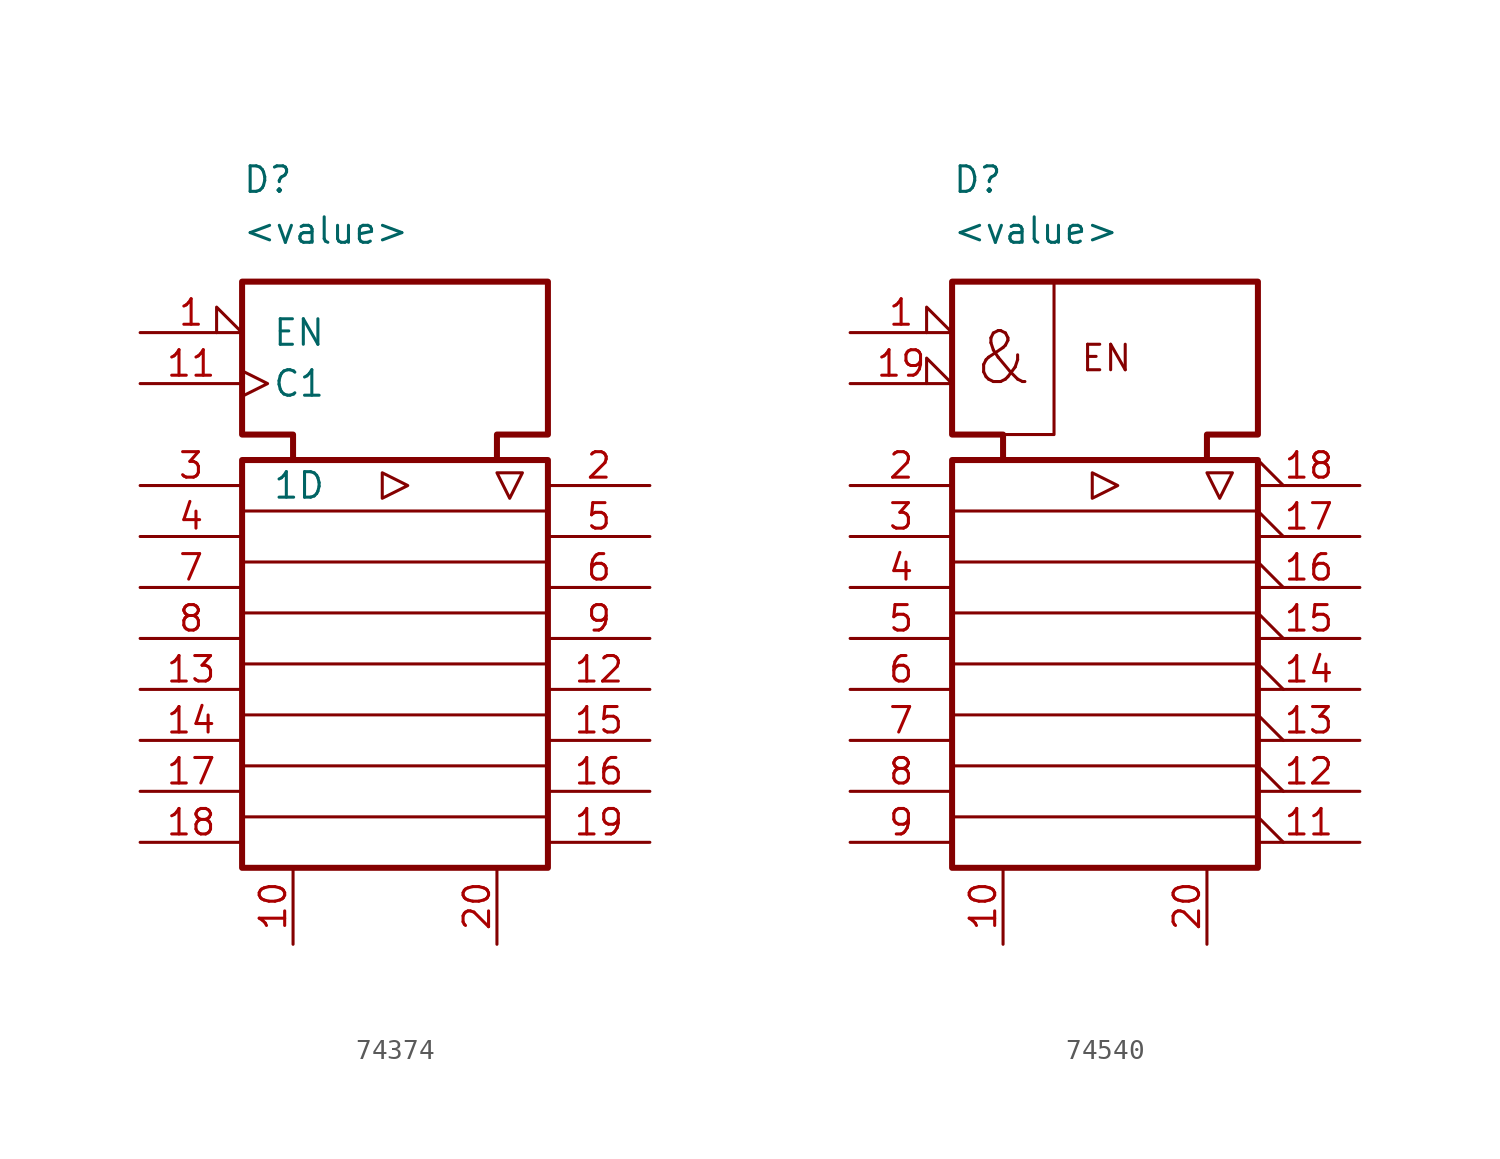
<source format=kicad_sym>
(kicad_symbol_lib
  (version 20231120)
  (generator "kicad_symbol_editor")
  (generator_version "8.0")
  (symbol "74374"
    (pin_names
      (offset 1.5))
    (property "Reference" "D"
      (at -7.62 22.86 0)
      (effects (font (size 1.27 1.27)) (justify left)))
    (property "Value" "<value>"
      (at -7.62 20.32 0)
      (effects (font (size 1.27 1.27)) (justify left)))
    (symbol "74374_0_1"
      (rectangle (start -7.62 8.89) (end 7.62 -11.43) (stroke (width 0.3) (type default)) (fill (type none)))
      (polyline (pts (xy 7.62 -8.89) (xy -7.62 -8.89)) (stroke (width 0) (type default)) (fill (type none)))
      (polyline (pts (xy 7.62 -6.35) (xy -7.62 -6.35)) (stroke (width 0) (type default)) (fill (type none)))
      (polyline (pts (xy 7.62 -3.81) (xy -7.62 -3.81)) (stroke (width 0) (type default)) (fill (type none)))
      (polyline (pts (xy 7.62 -1.27) (xy -7.62 -1.27)) (stroke (width 0) (type default)) (fill (type none)))
      (polyline (pts (xy 7.62 1.27) (xy -7.62 1.27)) (stroke (width 0) (type default)) (fill (type none)))
      (polyline (pts (xy 7.62 3.81) (xy -7.62 3.81)) (stroke (width 0) (type default)) (fill (type none)))
      (polyline (pts (xy 7.62 6.35) (xy -7.62 6.35)) (stroke (width 0) (type default)) (fill (type none)))
      (polyline (pts (xy -0.635 6.985) (xy -0.635 8.255) (xy 0.635 7.62) (xy -0.635 6.985)) (stroke (width 0) (type default)) (fill (type none)))
      (polyline (pts (xy 5.08 8.255) (xy 6.35 8.255) (xy 5.715 6.985) (xy 5.08 8.255)) (stroke (width 0) (type default)) (fill (type none)))
      (polyline (pts (xy -5.08 8.89) (xy -5.08 10.16) (xy -7.62 10.16) (xy -7.62 17.78) (xy 7.62 17.78) (xy 7.62 10.16) (xy 5.08 10.16) (xy 5.08 8.89)) (stroke (width 0.3) (type default)) (fill (type none))))
    (symbol "74374_1_1"
      (pin input input_low (at -12.7 15.24 0) (length 5.08) (name "EN" (effects (font (size 1.27 1.27)))) (number "1" (effects (font (size 1.27 1.27)))))
      (pin power_in line (at -5.08 -15.24 90) (length 3.81) (name "" (effects (font (size 1.27 1.27)))) (number "10" (effects (font (size 1.27 1.27)))))
      (pin input clock (at -12.7 12.7 0) (length 5.08) (name "C1" (effects (font (size 1.27 1.27)))) (number "11" (effects (font (size 1.27 1.27)))))
      (pin tri_state line (at 12.7 -2.54 180) (length 5.08) (name "" (effects (font (size 1.27 1.27)))) (number "12" (effects (font (size 1.27 1.27)))))
      (pin input line (at -12.7 -2.54 0) (length 5.08) (name "" (effects (font (size 1.27 1.27)))) (number "13" (effects (font (size 1.27 1.27)))))
      (pin input line (at -12.7 -5.08 0) (length 5.08) (name "" (effects (font (size 1.27 1.27)))) (number "14" (effects (font (size 1.27 1.27)))))
      (pin tri_state line (at 12.7 -5.08 180) (length 5.08) (name "" (effects (font (size 1.27 1.27)))) (number "15" (effects (font (size 1.27 1.27)))))
      (pin tri_state line (at 12.7 -7.62 180) (length 5.08) (name "" (effects (font (size 1.27 1.27)))) (number "16" (effects (font (size 1.27 1.27)))))
      (pin input line (at -12.7 -7.62 0) (length 5.08) (name "" (effects (font (size 1.27 1.27)))) (number "17" (effects (font (size 1.27 1.27)))))
      (pin input line (at -12.7 -10.16 0) (length 5.08) (name "" (effects (font (size 1.27 1.27)))) (number "18" (effects (font (size 1.27 1.27)))))
      (pin tri_state line (at 12.7 -10.16 180) (length 5.08) (name "" (effects (font (size 1.27 1.27)))) (number "19" (effects (font (size 1.27 1.27)))))
      (pin tri_state line (at 12.7 7.62 180) (length 5.08) (name "" (effects (font (size 1.27 1.27)))) (number "2" (effects (font (size 1.27 1.27)))))
      (pin power_in line (at 5.08 -15.24 90) (length 3.81) (name "" (effects (font (size 1.27 1.27)))) (number "20" (effects (font (size 1.27 1.27)))))
      (pin input line (at -12.7 7.62 0) (length 5.08) (name "1D" (effects (font (size 1.27 1.27)))) (number "3" (effects (font (size 1.27 1.27)))))
      (pin input line (at -12.7 5.08 0) (length 5.08) (name "" (effects (font (size 1.27 1.27)))) (number "4" (effects (font (size 1.27 1.27)))))
      (pin tri_state line (at 12.7 5.08 180) (length 5.08) (name "" (effects (font (size 1.27 1.27)))) (number "5" (effects (font (size 1.27 1.27)))))
      (pin tri_state line (at 12.7 2.54 180) (length 5.08) (name "" (effects (font (size 1.27 1.27)))) (number "6" (effects (font (size 1.27 1.27)))))
      (pin input line (at -12.7 2.54 0) (length 5.08) (name "" (effects (font (size 1.27 1.27)))) (number "7" (effects (font (size 1.27 1.27)))))
      (pin input line (at -12.7 0 0) (length 5.08) (name "" (effects (font (size 1.27 1.27)))) (number "8" (effects (font (size 1.27 1.27)))))
      (pin tri_state line (at 12.7 0 180) (length 5.08) (name "" (effects (font (size 1.27 1.27)))) (number "9" (effects (font (size 1.27 1.27)))))))
  (symbol "74540"
    (pin_names
      (offset 1))
    (property "Reference" "D"
      (at -7.62 22.86 0)
      (effects (font (size 1.27 1.27)) (justify left)))
    (property "Value" "<value>"
      (at -7.62 20.32 0)
      (effects (font (size 1.27 1.27)) (justify left)))
    (symbol "74540_0_1"
      (rectangle (start -7.62 8.89) (end 7.62 -11.43) (stroke (width 0.3) (type default)) (fill (type none)))
      (rectangle (start -7.62 17.78) (end -2.54 10.16) (stroke (width 0) (type default)) (fill (type none)))
      (polyline (pts (xy 7.62 -8.89) (xy -7.62 -8.89)) (stroke (width 0) (type default)) (fill (type none)))
      (polyline (pts (xy 7.62 -6.35) (xy -7.62 -6.35)) (stroke (width 0) (type default)) (fill (type none)))
      (polyline (pts (xy 7.62 -3.81) (xy -7.62 -3.81)) (stroke (width 0) (type default)) (fill (type none)))
      (polyline (pts (xy 7.62 -1.27) (xy -7.62 -1.27)) (stroke (width 0) (type default)) (fill (type none)))
      (polyline (pts (xy 7.62 1.27) (xy -7.62 1.27)) (stroke (width 0) (type default)) (fill (type none)))
      (polyline (pts (xy 7.62 3.81) (xy -7.62 3.81)) (stroke (width 0) (type default)) (fill (type none)))
      (polyline (pts (xy 7.62 6.35) (xy -7.62 6.35)) (stroke (width 0) (type default)) (fill (type none)))
      (polyline (pts (xy -0.635 6.985) (xy -0.635 8.255) (xy 0.635 7.62) (xy -0.635 6.985)) (stroke (width 0) (type default)) (fill (type none)))
      (polyline (pts (xy 5.08 8.255) (xy 6.35 8.255) (xy 5.715 6.985) (xy 5.08 8.255)) (stroke (width 0) (type default)) (fill (type none)))
      (polyline (pts (xy -5.08 8.89) (xy -5.08 10.16) (xy -7.62 10.16) (xy -7.62 17.78) (xy 7.62 17.78) (xy 7.62 10.16) (xy 5.08 10.16) (xy 5.08 8.89)) (stroke (width 0.3) (type default)) (fill (type none)))
      (text "&" (at -5.08 13.97 0) (effects (font (size 2.54 2.54))))
      (text "EN" (at -1.27 13.97 0) (effects (font (size 1.27 1.27)) (justify left))))
    (symbol "74540_1_1"
      (pin input input_low (at -12.7 15.24 0) (length 5.08) (name "" (effects (font (size 1.27 1.27)))) (number "1" (effects (font (size 1.27 1.27)))))
      (pin power_in line (at -5.08 -15.24 90) (length 3.81) (name "" (effects (font (size 1.27 1.27)))) (number "10" (effects (font (size 1.27 1.27)))))
      (pin tri_state output_low (at 12.7 -10.16 180) (length 5.08) (name "" (effects (font (size 1.27 1.27)))) (number "11" (effects (font (size 1.27 1.27)))))
      (pin tri_state output_low (at 12.7 -7.62 180) (length 5.08) (name "" (effects (font (size 1.27 1.27)))) (number "12" (effects (font (size 1.27 1.27)))))
      (pin tri_state output_low (at 12.7 -5.08 180) (length 5.08) (name "" (effects (font (size 1.27 1.27)))) (number "13" (effects (font (size 1.27 1.27)))))
      (pin tri_state output_low (at 12.7 -2.54 180) (length 5.08) (name "" (effects (font (size 1.27 1.27)))) (number "14" (effects (font (size 1.27 1.27)))))
      (pin tri_state output_low (at 12.7 0 180) (length 5.08) (name "" (effects (font (size 1.27 1.27)))) (number "15" (effects (font (size 1.27 1.27)))))
      (pin tri_state output_low (at 12.7 2.54 180) (length 5.08) (name "" (effects (font (size 1.27 1.27)))) (number "16" (effects (font (size 1.27 1.27)))))
      (pin tri_state output_low (at 12.7 5.08 180) (length 5.08) (name "" (effects (font (size 1.27 1.27)))) (number "17" (effects (font (size 1.27 1.27)))))
      (pin tri_state output_low (at 12.7 7.62 180) (length 5.08) (name "" (effects (font (size 1.27 1.27)))) (number "18" (effects (font (size 1.27 1.27)))))
      (pin input input_low (at -12.7 12.7 0) (length 5.08) (name "" (effects (font (size 1.27 1.27)))) (number "19" (effects (font (size 1.27 1.27)))))
      (pin input line (at -12.7 7.62 0) (length 5.08) (name "" (effects (font (size 1.27 1.27)))) (number "2" (effects (font (size 1.27 1.27)))))
      (pin power_in line (at 5.08 -15.24 90) (length 3.81) (name "" (effects (font (size 1.27 1.27)))) (number "20" (effects (font (size 1.27 1.27)))))
      (pin input line (at -12.7 5.08 0) (length 5.08) (name "" (effects (font (size 1.27 1.27)))) (number "3" (effects (font (size 1.27 1.27)))))
      (pin input line (at -12.7 2.54 0) (length 5.08) (name "" (effects (font (size 1.27 1.27)))) (number "4" (effects (font (size 1.27 1.27)))))
      (pin input line (at -12.7 0 0) (length 5.08) (name "" (effects (font (size 1.27 1.27)))) (number "5" (effects (font (size 1.27 1.27)))))
      (pin input line (at -12.7 -2.54 0) (length 5.08) (name "" (effects (font (size 1.27 1.27)))) (number "6" (effects (font (size 1.27 1.27)))))
      (pin input line (at -12.7 -5.08 0) (length 5.08) (name "" (effects (font (size 1.27 1.27)))) (number "7" (effects (font (size 1.27 1.27)))))
      (pin input line (at -12.7 -7.62 0) (length 5.08) (name "" (effects (font (size 1.27 1.27)))) (number "8" (effects (font (size 1.27 1.27)))))
      (pin input line (at -12.7 -10.16 0) (length 5.08) (name "" (effects (font (size 1.27 1.27)))) (number "9" (effects (font (size 1.27 1.27))))))))
</source>
